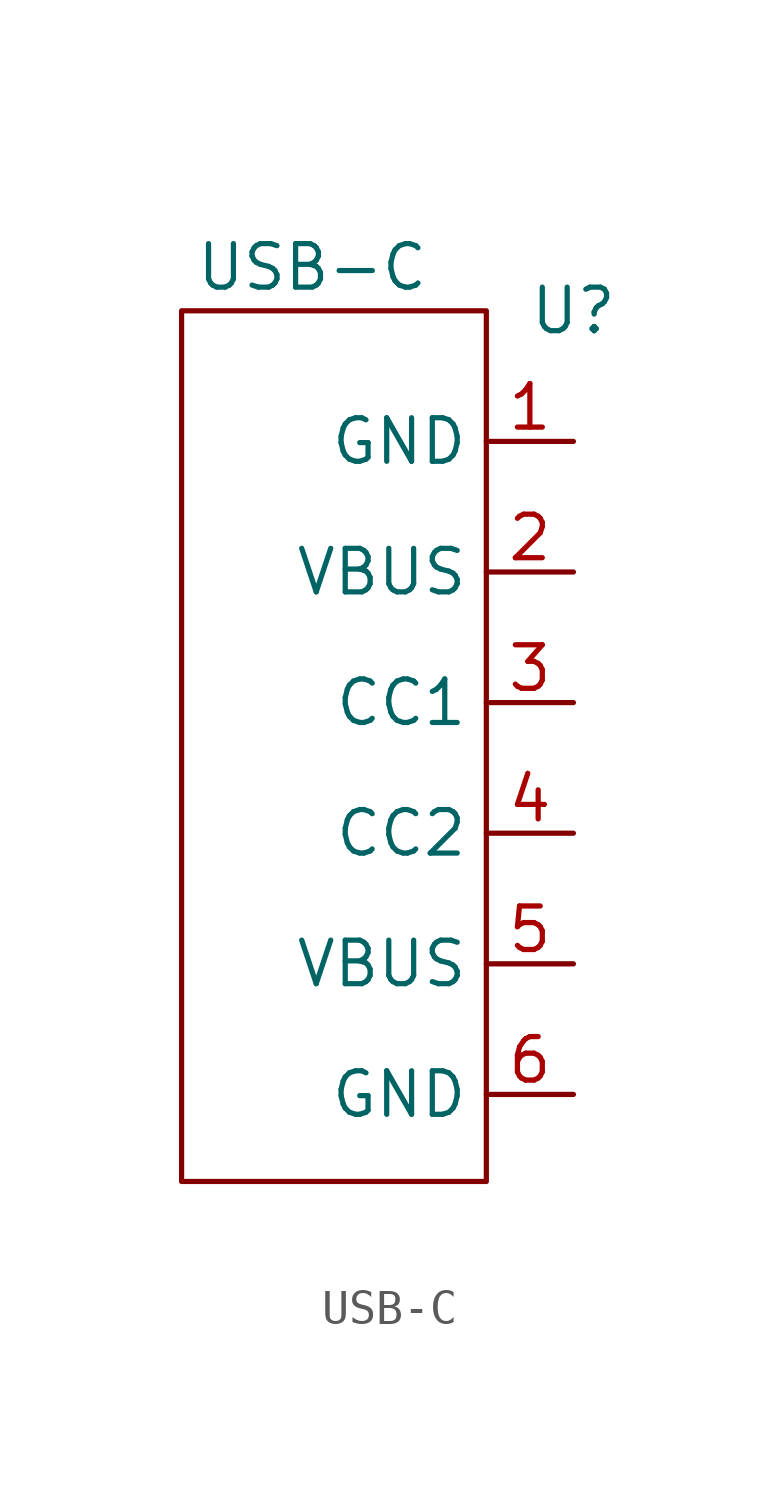
<source format=kicad_sym>
(kicad_symbol_lib
  (version 20211014)
  (generator kicad_symbol_editor)
  (symbol "USB-C"
    (property "Reference" "U"
      (at 2.54 5.08 0)
      (effects (font (size 1.27 1.27))))
    (property "Value" "USB-C"
      (at -5.08 6.35 0)
      (effects (font (size 1.27 1.27))))
    (symbol "USB-C_0_1"
      (rectangle (start -8.89 5.08) (end 0 -20.32) (stroke (width 0.152) (type default) (color 0 0 0 0)) (fill (type none))))
    (symbol "USB-C_1_1"
      (pin power_out line (at 2.54 1.27 180) (length 2.54) (name "GND" (effects (font (size 1.27 1.27)))) (number "1" (effects (font (size 1.27 1.27)))))
      (pin power_out line (at 2.54 -2.54 180) (length 2.54) (name "VBUS" (effects (font (size 1.27 1.27)))) (number "2" (effects (font (size 1.27 1.27)))))
      (pin input line (at 2.54 -6.35 180) (length 2.54) (name "CC1" (effects (font (size 1.27 1.27)))) (number "3" (effects (font (size 1.27 1.27)))))
      (pin input line (at 2.54 -10.16 180) (length 2.54) (name "CC2" (effects (font (size 1.27 1.27)))) (number "4" (effects (font (size 1.27 1.27)))))
      (pin power_out line (at 2.54 -13.97 180) (length 2.54) (name "VBUS" (effects (font (size 1.27 1.27)))) (number "5" (effects (font (size 1.27 1.27)))))
      (pin power_out line (at 2.54 -17.78 180) (length 2.54) (name "GND" (effects (font (size 1.27 1.27)))) (number "6" (effects (font (size 1.27 1.27))))))))
</source>
